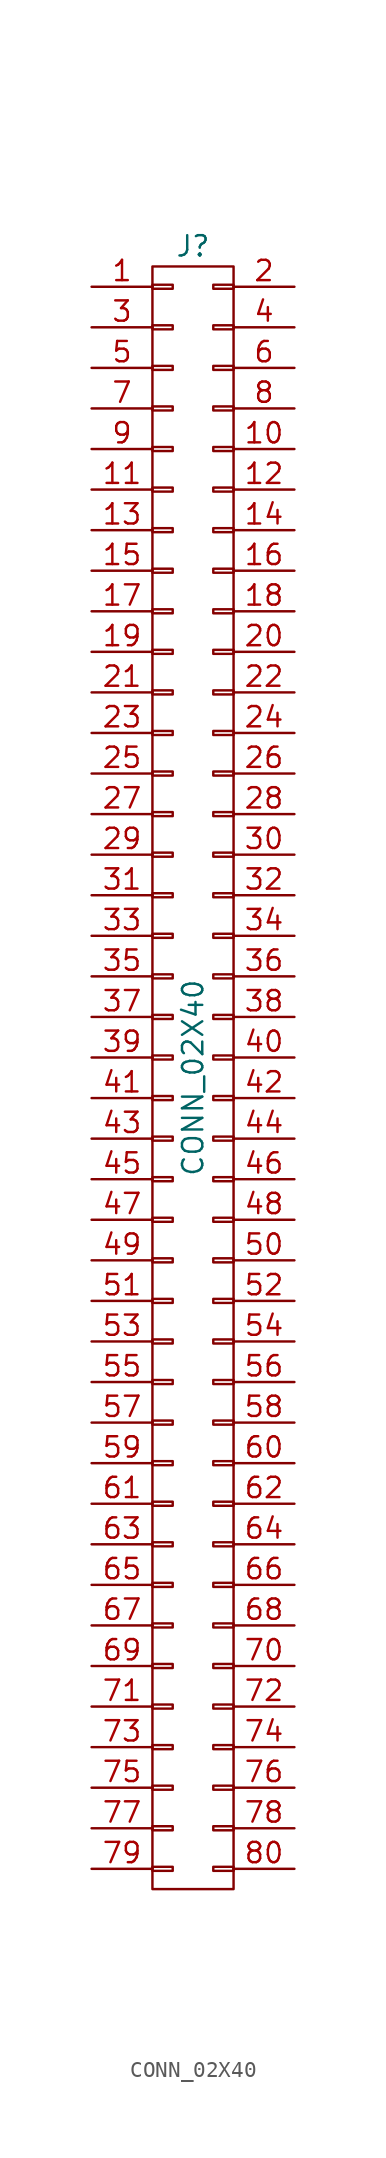
<source format=kicad_sym>
(kicad_symbol_lib
  (version 20211014)
  (generator kicad_symbol_editor)
  (symbol "CONN_02X40"
    (pin_names
      (offset 0.025) hide)
    (property "Reference" "J"
      (at 0 52.07 0)
      (effects (font (size 1.27 1.27))))
    (property "Value" "CONN_02X40"
      (at 0 0 90)
      (effects (font (size 1.27 1.27))))
    (symbol "CONN_02X40_0_1"
      (rectangle (start -2.54 -49.403) (end -1.27 -49.657) (stroke (width 0) (type default) (color 0 0 0 0)) (fill (type none)))
      (rectangle (start -2.54 -46.863) (end -1.27 -47.117) (stroke (width 0) (type default) (color 0 0 0 0)) (fill (type none)))
      (rectangle (start -2.54 -44.323) (end -1.27 -44.577) (stroke (width 0) (type default) (color 0 0 0 0)) (fill (type none)))
      (rectangle (start -2.54 -41.783) (end -1.27 -42.037) (stroke (width 0) (type default) (color 0 0 0 0)) (fill (type none)))
      (rectangle (start -2.54 -39.243) (end -1.27 -39.497) (stroke (width 0) (type default) (color 0 0 0 0)) (fill (type none)))
      (rectangle (start -2.54 -36.703) (end -1.27 -36.957) (stroke (width 0) (type default) (color 0 0 0 0)) (fill (type none)))
      (rectangle (start -2.54 -34.163) (end -1.27 -34.417) (stroke (width 0) (type default) (color 0 0 0 0)) (fill (type none)))
      (rectangle (start -2.54 -31.623) (end -1.27 -31.877) (stroke (width 0) (type default) (color 0 0 0 0)) (fill (type none)))
      (rectangle (start -2.54 -29.083) (end -1.27 -29.337) (stroke (width 0) (type default) (color 0 0 0 0)) (fill (type none)))
      (rectangle (start -2.54 -26.543) (end -1.27 -26.797) (stroke (width 0) (type default) (color 0 0 0 0)) (fill (type none)))
      (rectangle (start -2.54 -24.003) (end -1.27 -24.257) (stroke (width 0) (type default) (color 0 0 0 0)) (fill (type none)))
      (rectangle (start -2.54 -21.463) (end -1.27 -21.717) (stroke (width 0) (type default) (color 0 0 0 0)) (fill (type none)))
      (rectangle (start -2.54 -18.923) (end -1.27 -19.177) (stroke (width 0) (type default) (color 0 0 0 0)) (fill (type none)))
      (rectangle (start -2.54 -16.383) (end -1.27 -16.637) (stroke (width 0) (type default) (color 0 0 0 0)) (fill (type none)))
      (rectangle (start -2.54 -13.843) (end -1.27 -14.097) (stroke (width 0) (type default) (color 0 0 0 0)) (fill (type none)))
      (rectangle (start -2.54 -11.303) (end -1.27 -11.557) (stroke (width 0) (type default) (color 0 0 0 0)) (fill (type none)))
      (rectangle (start -2.54 -8.763) (end -1.27 -9.017) (stroke (width 0) (type default) (color 0 0 0 0)) (fill (type none)))
      (rectangle (start -2.54 -6.223) (end -1.27 -6.477) (stroke (width 0) (type default) (color 0 0 0 0)) (fill (type none)))
      (rectangle (start -2.54 -3.683) (end -1.27 -3.937) (stroke (width 0) (type default) (color 0 0 0 0)) (fill (type none)))
      (rectangle (start -2.54 -1.143) (end -1.27 -1.397) (stroke (width 0) (type default) (color 0 0 0 0)) (fill (type none)))
      (rectangle (start -2.54 1.397) (end -1.27 1.143) (stroke (width 0) (type default) (color 0 0 0 0)) (fill (type none)))
      (rectangle (start -2.54 3.937) (end -1.27 3.683) (stroke (width 0) (type default) (color 0 0 0 0)) (fill (type none)))
      (rectangle (start -2.54 6.477) (end -1.27 6.223) (stroke (width 0) (type default) (color 0 0 0 0)) (fill (type none)))
      (rectangle (start -2.54 9.017) (end -1.27 8.763) (stroke (width 0) (type default) (color 0 0 0 0)) (fill (type none)))
      (rectangle (start -2.54 11.557) (end -1.27 11.303) (stroke (width 0) (type default) (color 0 0 0 0)) (fill (type none)))
      (rectangle (start -2.54 14.097) (end -1.27 13.843) (stroke (width 0) (type default) (color 0 0 0 0)) (fill (type none)))
      (rectangle (start -2.54 16.637) (end -1.27 16.383) (stroke (width 0) (type default) (color 0 0 0 0)) (fill (type none)))
      (rectangle (start -2.54 19.177) (end -1.27 18.923) (stroke (width 0) (type default) (color 0 0 0 0)) (fill (type none)))
      (rectangle (start -2.54 21.717) (end -1.27 21.463) (stroke (width 0) (type default) (color 0 0 0 0)) (fill (type none)))
      (rectangle (start -2.54 24.257) (end -1.27 24.003) (stroke (width 0) (type default) (color 0 0 0 0)) (fill (type none)))
      (rectangle (start -2.54 26.797) (end -1.27 26.543) (stroke (width 0) (type default) (color 0 0 0 0)) (fill (type none)))
      (rectangle (start -2.54 29.337) (end -1.27 29.083) (stroke (width 0) (type default) (color 0 0 0 0)) (fill (type none)))
      (rectangle (start -2.54 31.877) (end -1.27 31.623) (stroke (width 0) (type default) (color 0 0 0 0)) (fill (type none)))
      (rectangle (start -2.54 34.417) (end -1.27 34.163) (stroke (width 0) (type default) (color 0 0 0 0)) (fill (type none)))
      (rectangle (start -2.54 36.957) (end -1.27 36.703) (stroke (width 0) (type default) (color 0 0 0 0)) (fill (type none)))
      (rectangle (start -2.54 39.497) (end -1.27 39.243) (stroke (width 0) (type default) (color 0 0 0 0)) (fill (type none)))
      (rectangle (start -2.54 42.037) (end -1.27 41.783) (stroke (width 0) (type default) (color 0 0 0 0)) (fill (type none)))
      (rectangle (start -2.54 44.577) (end -1.27 44.323) (stroke (width 0) (type default) (color 0 0 0 0)) (fill (type none)))
      (rectangle (start -2.54 47.117) (end -1.27 46.863) (stroke (width 0) (type default) (color 0 0 0 0)) (fill (type none)))
      (rectangle (start -2.54 49.657) (end -1.27 49.403) (stroke (width 0) (type default) (color 0 0 0 0)) (fill (type none)))
      (rectangle (start -2.54 50.8) (end 2.54 -50.8) (stroke (width 0) (type default) (color 0 0 0 0)) (fill (type none)))
      (rectangle (start 1.27 -49.403) (end 2.54 -49.657) (stroke (width 0) (type default) (color 0 0 0 0)) (fill (type none)))
      (rectangle (start 1.27 -46.863) (end 2.54 -47.117) (stroke (width 0) (type default) (color 0 0 0 0)) (fill (type none)))
      (rectangle (start 1.27 -44.323) (end 2.54 -44.577) (stroke (width 0) (type default) (color 0 0 0 0)) (fill (type none)))
      (rectangle (start 1.27 -41.783) (end 2.54 -42.037) (stroke (width 0) (type default) (color 0 0 0 0)) (fill (type none)))
      (rectangle (start 1.27 -39.243) (end 2.54 -39.497) (stroke (width 0) (type default) (color 0 0 0 0)) (fill (type none)))
      (rectangle (start 1.27 -36.703) (end 2.54 -36.957) (stroke (width 0) (type default) (color 0 0 0 0)) (fill (type none)))
      (rectangle (start 1.27 -34.163) (end 2.54 -34.417) (stroke (width 0) (type default) (color 0 0 0 0)) (fill (type none)))
      (rectangle (start 1.27 -31.623) (end 2.54 -31.877) (stroke (width 0) (type default) (color 0 0 0 0)) (fill (type none)))
      (rectangle (start 1.27 -29.083) (end 2.54 -29.337) (stroke (width 0) (type default) (color 0 0 0 0)) (fill (type none)))
      (rectangle (start 1.27 -26.543) (end 2.54 -26.797) (stroke (width 0) (type default) (color 0 0 0 0)) (fill (type none)))
      (rectangle (start 1.27 -24.003) (end 2.54 -24.257) (stroke (width 0) (type default) (color 0 0 0 0)) (fill (type none)))
      (rectangle (start 1.27 -21.463) (end 2.54 -21.717) (stroke (width 0) (type default) (color 0 0 0 0)) (fill (type none)))
      (rectangle (start 1.27 -18.923) (end 2.54 -19.177) (stroke (width 0) (type default) (color 0 0 0 0)) (fill (type none)))
      (rectangle (start 1.27 -16.383) (end 2.54 -16.637) (stroke (width 0) (type default) (color 0 0 0 0)) (fill (type none)))
      (rectangle (start 1.27 -13.843) (end 2.54 -14.097) (stroke (width 0) (type default) (color 0 0 0 0)) (fill (type none)))
      (rectangle (start 1.27 -11.303) (end 2.54 -11.557) (stroke (width 0) (type default) (color 0 0 0 0)) (fill (type none)))
      (rectangle (start 1.27 -8.763) (end 2.54 -9.017) (stroke (width 0) (type default) (color 0 0 0 0)) (fill (type none)))
      (rectangle (start 1.27 -6.223) (end 2.54 -6.477) (stroke (width 0) (type default) (color 0 0 0 0)) (fill (type none)))
      (rectangle (start 1.27 -3.683) (end 2.54 -3.937) (stroke (width 0) (type default) (color 0 0 0 0)) (fill (type none)))
      (rectangle (start 1.27 -1.143) (end 2.54 -1.397) (stroke (width 0) (type default) (color 0 0 0 0)) (fill (type none)))
      (rectangle (start 1.27 1.397) (end 2.54 1.143) (stroke (width 0) (type default) (color 0 0 0 0)) (fill (type none)))
      (rectangle (start 1.27 3.937) (end 2.54 3.683) (stroke (width 0) (type default) (color 0 0 0 0)) (fill (type none)))
      (rectangle (start 1.27 6.477) (end 2.54 6.223) (stroke (width 0) (type default) (color 0 0 0 0)) (fill (type none)))
      (rectangle (start 1.27 9.017) (end 2.54 8.763) (stroke (width 0) (type default) (color 0 0 0 0)) (fill (type none)))
      (rectangle (start 1.27 11.557) (end 2.54 11.303) (stroke (width 0) (type default) (color 0 0 0 0)) (fill (type none)))
      (rectangle (start 1.27 14.097) (end 2.54 13.843) (stroke (width 0) (type default) (color 0 0 0 0)) (fill (type none)))
      (rectangle (start 1.27 16.637) (end 2.54 16.383) (stroke (width 0) (type default) (color 0 0 0 0)) (fill (type none)))
      (rectangle (start 1.27 19.177) (end 2.54 18.923) (stroke (width 0) (type default) (color 0 0 0 0)) (fill (type none)))
      (rectangle (start 1.27 21.717) (end 2.54 21.463) (stroke (width 0) (type default) (color 0 0 0 0)) (fill (type none)))
      (rectangle (start 1.27 24.257) (end 2.54 24.003) (stroke (width 0) (type default) (color 0 0 0 0)) (fill (type none)))
      (rectangle (start 1.27 26.797) (end 2.54 26.543) (stroke (width 0) (type default) (color 0 0 0 0)) (fill (type none)))
      (rectangle (start 1.27 29.337) (end 2.54 29.083) (stroke (width 0) (type default) (color 0 0 0 0)) (fill (type none)))
      (rectangle (start 1.27 31.877) (end 2.54 31.623) (stroke (width 0) (type default) (color 0 0 0 0)) (fill (type none)))
      (rectangle (start 1.27 34.417) (end 2.54 34.163) (stroke (width 0) (type default) (color 0 0 0 0)) (fill (type none)))
      (rectangle (start 1.27 36.957) (end 2.54 36.703) (stroke (width 0) (type default) (color 0 0 0 0)) (fill (type none)))
      (rectangle (start 1.27 39.497) (end 2.54 39.243) (stroke (width 0) (type default) (color 0 0 0 0)) (fill (type none)))
      (rectangle (start 1.27 42.037) (end 2.54 41.783) (stroke (width 0) (type default) (color 0 0 0 0)) (fill (type none)))
      (rectangle (start 1.27 44.577) (end 2.54 44.323) (stroke (width 0) (type default) (color 0 0 0 0)) (fill (type none)))
      (rectangle (start 1.27 47.117) (end 2.54 46.863) (stroke (width 0) (type default) (color 0 0 0 0)) (fill (type none)))
      (rectangle (start 1.27 49.657) (end 2.54 49.403) (stroke (width 0) (type default) (color 0 0 0 0)) (fill (type none))))
    (symbol "CONN_02X40_1_1"
      (pin passive line (at -6.35 49.53 0) (length 3.81) (name "P1" (effects (font (size 1.27 1.27)))) (number "1" (effects (font (size 1.27 1.27)))))
      (pin passive line (at 6.35 39.37 180) (length 3.81) (name "P10" (effects (font (size 1.27 1.27)))) (number "10" (effects (font (size 1.27 1.27)))))
      (pin passive line (at -6.35 36.83 0) (length 3.81) (name "P11" (effects (font (size 1.27 1.27)))) (number "11" (effects (font (size 1.27 1.27)))))
      (pin passive line (at 6.35 36.83 180) (length 3.81) (name "P12" (effects (font (size 1.27 1.27)))) (number "12" (effects (font (size 1.27 1.27)))))
      (pin passive line (at -6.35 34.29 0) (length 3.81) (name "P13" (effects (font (size 1.27 1.27)))) (number "13" (effects (font (size 1.27 1.27)))))
      (pin passive line (at 6.35 34.29 180) (length 3.81) (name "P14" (effects (font (size 1.27 1.27)))) (number "14" (effects (font (size 1.27 1.27)))))
      (pin passive line (at -6.35 31.75 0) (length 3.81) (name "P15" (effects (font (size 1.27 1.27)))) (number "15" (effects (font (size 1.27 1.27)))))
      (pin passive line (at 6.35 31.75 180) (length 3.81) (name "P16" (effects (font (size 1.27 1.27)))) (number "16" (effects (font (size 1.27 1.27)))))
      (pin passive line (at -6.35 29.21 0) (length 3.81) (name "P17" (effects (font (size 1.27 1.27)))) (number "17" (effects (font (size 1.27 1.27)))))
      (pin passive line (at 6.35 29.21 180) (length 3.81) (name "P18" (effects (font (size 1.27 1.27)))) (number "18" (effects (font (size 1.27 1.27)))))
      (pin passive line (at -6.35 26.67 0) (length 3.81) (name "P19" (effects (font (size 1.27 1.27)))) (number "19" (effects (font (size 1.27 1.27)))))
      (pin passive line (at 6.35 49.53 180) (length 3.81) (name "P2" (effects (font (size 1.27 1.27)))) (number "2" (effects (font (size 1.27 1.27)))))
      (pin passive line (at 6.35 26.67 180) (length 3.81) (name "P20" (effects (font (size 1.27 1.27)))) (number "20" (effects (font (size 1.27 1.27)))))
      (pin passive line (at -6.35 24.13 0) (length 3.81) (name "P21" (effects (font (size 1.27 1.27)))) (number "21" (effects (font (size 1.27 1.27)))))
      (pin passive line (at 6.35 24.13 180) (length 3.81) (name "P22" (effects (font (size 1.27 1.27)))) (number "22" (effects (font (size 1.27 1.27)))))
      (pin passive line (at -6.35 21.59 0) (length 3.81) (name "P23" (effects (font (size 1.27 1.27)))) (number "23" (effects (font (size 1.27 1.27)))))
      (pin passive line (at 6.35 21.59 180) (length 3.81) (name "P24" (effects (font (size 1.27 1.27)))) (number "24" (effects (font (size 1.27 1.27)))))
      (pin passive line (at -6.35 19.05 0) (length 3.81) (name "P25" (effects (font (size 1.27 1.27)))) (number "25" (effects (font (size 1.27 1.27)))))
      (pin passive line (at 6.35 19.05 180) (length 3.81) (name "P26" (effects (font (size 1.27 1.27)))) (number "26" (effects (font (size 1.27 1.27)))))
      (pin passive line (at -6.35 16.51 0) (length 3.81) (name "P27" (effects (font (size 1.27 1.27)))) (number "27" (effects (font (size 1.27 1.27)))))
      (pin passive line (at 6.35 16.51 180) (length 3.81) (name "P28" (effects (font (size 1.27 1.27)))) (number "28" (effects (font (size 1.27 1.27)))))
      (pin passive line (at -6.35 13.97 0) (length 3.81) (name "P29" (effects (font (size 1.27 1.27)))) (number "29" (effects (font (size 1.27 1.27)))))
      (pin passive line (at -6.35 46.99 0) (length 3.81) (name "P3" (effects (font (size 1.27 1.27)))) (number "3" (effects (font (size 1.27 1.27)))))
      (pin passive line (at 6.35 13.97 180) (length 3.81) (name "P30" (effects (font (size 1.27 1.27)))) (number "30" (effects (font (size 1.27 1.27)))))
      (pin passive line (at -6.35 11.43 0) (length 3.81) (name "P31" (effects (font (size 1.27 1.27)))) (number "31" (effects (font (size 1.27 1.27)))))
      (pin passive line (at 6.35 11.43 180) (length 3.81) (name "P32" (effects (font (size 1.27 1.27)))) (number "32" (effects (font (size 1.27 1.27)))))
      (pin passive line (at -6.35 8.89 0) (length 3.81) (name "P33" (effects (font (size 1.27 1.27)))) (number "33" (effects (font (size 1.27 1.27)))))
      (pin passive line (at 6.35 8.89 180) (length 3.81) (name "P34" (effects (font (size 1.27 1.27)))) (number "34" (effects (font (size 1.27 1.27)))))
      (pin passive line (at -6.35 6.35 0) (length 3.81) (name "P35" (effects (font (size 1.27 1.27)))) (number "35" (effects (font (size 1.27 1.27)))))
      (pin passive line (at 6.35 6.35 180) (length 3.81) (name "P36" (effects (font (size 1.27 1.27)))) (number "36" (effects (font (size 1.27 1.27)))))
      (pin passive line (at -6.35 3.81 0) (length 3.81) (name "P37" (effects (font (size 1.27 1.27)))) (number "37" (effects (font (size 1.27 1.27)))))
      (pin passive line (at 6.35 3.81 180) (length 3.81) (name "P38" (effects (font (size 1.27 1.27)))) (number "38" (effects (font (size 1.27 1.27)))))
      (pin passive line (at -6.35 1.27 0) (length 3.81) (name "P39" (effects (font (size 1.27 1.27)))) (number "39" (effects (font (size 1.27 1.27)))))
      (pin passive line (at 6.35 46.99 180) (length 3.81) (name "P4" (effects (font (size 1.27 1.27)))) (number "4" (effects (font (size 1.27 1.27)))))
      (pin passive line (at 6.35 1.27 180) (length 3.81) (name "P40" (effects (font (size 1.27 1.27)))) (number "40" (effects (font (size 1.27 1.27)))))
      (pin passive line (at -6.35 -1.27 0) (length 3.81) (name "P41" (effects (font (size 1.27 1.27)))) (number "41" (effects (font (size 1.27 1.27)))))
      (pin passive line (at 6.35 -1.27 180) (length 3.81) (name "P42" (effects (font (size 1.27 1.27)))) (number "42" (effects (font (size 1.27 1.27)))))
      (pin passive line (at -6.35 -3.81 0) (length 3.81) (name "P43" (effects (font (size 1.27 1.27)))) (number "43" (effects (font (size 1.27 1.27)))))
      (pin passive line (at 6.35 -3.81 180) (length 3.81) (name "P44" (effects (font (size 1.27 1.27)))) (number "44" (effects (font (size 1.27 1.27)))))
      (pin passive line (at -6.35 -6.35 0) (length 3.81) (name "P45" (effects (font (size 1.27 1.27)))) (number "45" (effects (font (size 1.27 1.27)))))
      (pin passive line (at 6.35 -6.35 180) (length 3.81) (name "P46" (effects (font (size 1.27 1.27)))) (number "46" (effects (font (size 1.27 1.27)))))
      (pin passive line (at -6.35 -8.89 0) (length 3.81) (name "P47" (effects (font (size 1.27 1.27)))) (number "47" (effects (font (size 1.27 1.27)))))
      (pin passive line (at 6.35 -8.89 180) (length 3.81) (name "P48" (effects (font (size 1.27 1.27)))) (number "48" (effects (font (size 1.27 1.27)))))
      (pin passive line (at -6.35 -11.43 0) (length 3.81) (name "P49" (effects (font (size 1.27 1.27)))) (number "49" (effects (font (size 1.27 1.27)))))
      (pin passive line (at -6.35 44.45 0) (length 3.81) (name "P5" (effects (font (size 1.27 1.27)))) (number "5" (effects (font (size 1.27 1.27)))))
      (pin passive line (at 6.35 -11.43 180) (length 3.81) (name "P50" (effects (font (size 1.27 1.27)))) (number "50" (effects (font (size 1.27 1.27)))))
      (pin passive line (at -6.35 -13.97 0) (length 3.81) (name "P51" (effects (font (size 1.27 1.27)))) (number "51" (effects (font (size 1.27 1.27)))))
      (pin passive line (at 6.35 -13.97 180) (length 3.81) (name "P52" (effects (font (size 1.27 1.27)))) (number "52" (effects (font (size 1.27 1.27)))))
      (pin passive line (at -6.35 -16.51 0) (length 3.81) (name "P53" (effects (font (size 1.27 1.27)))) (number "53" (effects (font (size 1.27 1.27)))))
      (pin passive line (at 6.35 -16.51 180) (length 3.81) (name "P54" (effects (font (size 1.27 1.27)))) (number "54" (effects (font (size 1.27 1.27)))))
      (pin passive line (at -6.35 -19.05 0) (length 3.81) (name "P55" (effects (font (size 1.27 1.27)))) (number "55" (effects (font (size 1.27 1.27)))))
      (pin passive line (at 6.35 -19.05 180) (length 3.81) (name "P56" (effects (font (size 1.27 1.27)))) (number "56" (effects (font (size 1.27 1.27)))))
      (pin passive line (at -6.35 -21.59 0) (length 3.81) (name "P57" (effects (font (size 1.27 1.27)))) (number "57" (effects (font (size 1.27 1.27)))))
      (pin passive line (at 6.35 -21.59 180) (length 3.81) (name "P58" (effects (font (size 1.27 1.27)))) (number "58" (effects (font (size 1.27 1.27)))))
      (pin passive line (at -6.35 -24.13 0) (length 3.81) (name "P59" (effects (font (size 1.27 1.27)))) (number "59" (effects (font (size 1.27 1.27)))))
      (pin passive line (at 6.35 44.45 180) (length 3.81) (name "P6" (effects (font (size 1.27 1.27)))) (number "6" (effects (font (size 1.27 1.27)))))
      (pin passive line (at 6.35 -24.13 180) (length 3.81) (name "P60" (effects (font (size 1.27 1.27)))) (number "60" (effects (font (size 1.27 1.27)))))
      (pin passive line (at -6.35 -26.67 0) (length 3.81) (name "P61" (effects (font (size 1.27 1.27)))) (number "61" (effects (font (size 1.27 1.27)))))
      (pin passive line (at 6.35 -26.67 180) (length 3.81) (name "P62" (effects (font (size 1.27 1.27)))) (number "62" (effects (font (size 1.27 1.27)))))
      (pin passive line (at -6.35 -29.21 0) (length 3.81) (name "P63" (effects (font (size 1.27 1.27)))) (number "63" (effects (font (size 1.27 1.27)))))
      (pin passive line (at 6.35 -29.21 180) (length 3.81) (name "P64" (effects (font (size 1.27 1.27)))) (number "64" (effects (font (size 1.27 1.27)))))
      (pin passive line (at -6.35 -31.75 0) (length 3.81) (name "P65" (effects (font (size 1.27 1.27)))) (number "65" (effects (font (size 1.27 1.27)))))
      (pin passive line (at 6.35 -31.75 180) (length 3.81) (name "P66" (effects (font (size 1.27 1.27)))) (number "66" (effects (font (size 1.27 1.27)))))
      (pin passive line (at -6.35 -34.29 0) (length 3.81) (name "P67" (effects (font (size 1.27 1.27)))) (number "67" (effects (font (size 1.27 1.27)))))
      (pin passive line (at 6.35 -34.29 180) (length 3.81) (name "P68" (effects (font (size 1.27 1.27)))) (number "68" (effects (font (size 1.27 1.27)))))
      (pin passive line (at -6.35 -36.83 0) (length 3.81) (name "P69" (effects (font (size 1.27 1.27)))) (number "69" (effects (font (size 1.27 1.27)))))
      (pin passive line (at -6.35 41.91 0) (length 3.81) (name "P7" (effects (font (size 1.27 1.27)))) (number "7" (effects (font (size 1.27 1.27)))))
      (pin passive line (at 6.35 -36.83 180) (length 3.81) (name "P70" (effects (font (size 1.27 1.27)))) (number "70" (effects (font (size 1.27 1.27)))))
      (pin passive line (at -6.35 -39.37 0) (length 3.81) (name "P71" (effects (font (size 1.27 1.27)))) (number "71" (effects (font (size 1.27 1.27)))))
      (pin passive line (at 6.35 -39.37 180) (length 3.81) (name "P72" (effects (font (size 1.27 1.27)))) (number "72" (effects (font (size 1.27 1.27)))))
      (pin passive line (at -6.35 -41.91 0) (length 3.81) (name "P73" (effects (font (size 1.27 1.27)))) (number "73" (effects (font (size 1.27 1.27)))))
      (pin passive line (at 6.35 -41.91 180) (length 3.81) (name "P74" (effects (font (size 1.27 1.27)))) (number "74" (effects (font (size 1.27 1.27)))))
      (pin passive line (at -6.35 -44.45 0) (length 3.81) (name "P75" (effects (font (size 1.27 1.27)))) (number "75" (effects (font (size 1.27 1.27)))))
      (pin passive line (at 6.35 -44.45 180) (length 3.81) (name "P76" (effects (font (size 1.27 1.27)))) (number "76" (effects (font (size 1.27 1.27)))))
      (pin passive line (at -6.35 -46.99 0) (length 3.81) (name "P77" (effects (font (size 1.27 1.27)))) (number "77" (effects (font (size 1.27 1.27)))))
      (pin passive line (at 6.35 -46.99 180) (length 3.81) (name "P78" (effects (font (size 1.27 1.27)))) (number "78" (effects (font (size 1.27 1.27)))))
      (pin passive line (at -6.35 -49.53 0) (length 3.81) (name "P79" (effects (font (size 1.27 1.27)))) (number "79" (effects (font (size 1.27 1.27)))))
      (pin passive line (at 6.35 41.91 180) (length 3.81) (name "P8" (effects (font (size 1.27 1.27)))) (number "8" (effects (font (size 1.27 1.27)))))
      (pin passive line (at 6.35 -49.53 180) (length 3.81) (name "P80" (effects (font (size 1.27 1.27)))) (number "80" (effects (font (size 1.27 1.27)))))
      (pin passive line (at -6.35 39.37 0) (length 3.81) (name "P9" (effects (font (size 1.27 1.27)))) (number "9" (effects (font (size 1.27 1.27))))))))
</source>
